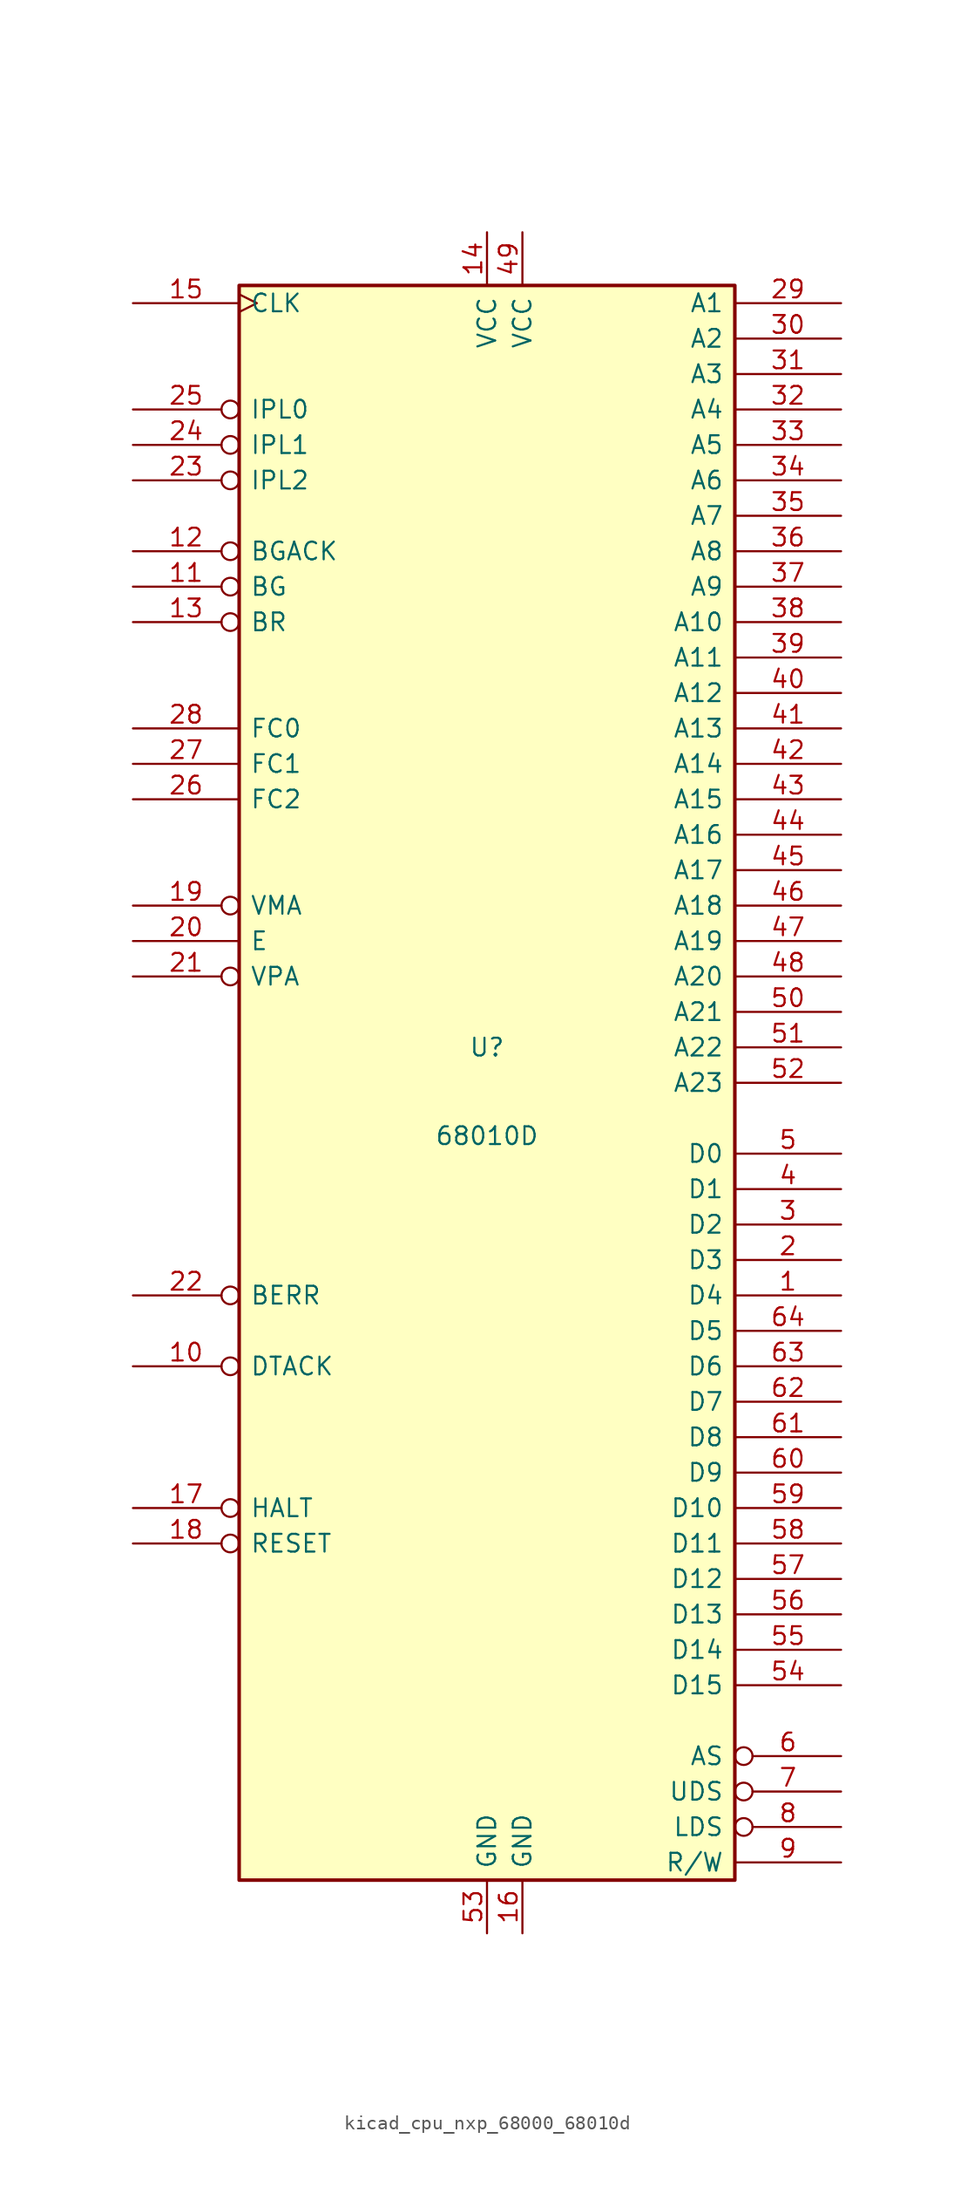
<source format=kicad_sym>
(kicad_symbol_lib
  (version 20220914)
  (generator kicad_symbol_editor)
  (symbol "kicad_cpu_nxp_68000_68010d"
    (pin_names
      (offset 0.762))
    (property "Reference" "U"
      (at 0 2.54 0)
      (effects (font (size 1.27 1.27))))
    (property "Value" "68010D"
      (at 0 -3.81 0)
      (effects (font (size 1.27 1.27))))
    (symbol "kicad_cpu_nxp_68000_68010d_0_1"
      (rectangle (start -17.78 57.15) (end 17.78 -57.15) (stroke (width 0.254) (type default)) (fill (type background))))
    (symbol "kicad_cpu_nxp_68000_68010d_1_1"
      (pin bidirectional line (at 25.4 -15.24 180) (length 7.62) (name "D4" (effects (font (size 1.27 1.27)))) (number "1" (effects (font (size 1.27 1.27)))))
      (pin input inverted (at -25.4 -20.32 0) (length 7.62) (name "DTACK" (effects (font (size 1.27 1.27)))) (number "10" (effects (font (size 1.27 1.27)))))
      (pin output inverted (at -25.4 35.56 0) (length 7.62) (name "BG" (effects (font (size 1.27 1.27)))) (number "11" (effects (font (size 1.27 1.27)))))
      (pin input inverted (at -25.4 38.1 0) (length 7.62) (name "BGACK" (effects (font (size 1.27 1.27)))) (number "12" (effects (font (size 1.27 1.27)))))
      (pin input inverted (at -25.4 33.02 0) (length 7.62) (name "BR" (effects (font (size 1.27 1.27)))) (number "13" (effects (font (size 1.27 1.27)))))
      (pin power_in line (at 0 60.96 270) (length 3.81) (name "VCC" (effects (font (size 1.27 1.27)))) (number "14" (effects (font (size 1.27 1.27)))))
      (pin input clock (at -25.4 55.88 0) (length 7.62) (name "CLK" (effects (font (size 1.27 1.27)))) (number "15" (effects (font (size 1.27 1.27)))))
      (pin power_in line (at 2.54 -60.96 90) (length 3.81) (name "GND" (effects (font (size 1.27 1.27)))) (number "16" (effects (font (size 1.27 1.27)))))
      (pin bidirectional inverted (at -25.4 -30.48 0) (length 7.62) (name "HALT" (effects (font (size 1.27 1.27)))) (number "17" (effects (font (size 1.27 1.27)))))
      (pin bidirectional inverted (at -25.4 -33.02 0) (length 7.62) (name "RESET" (effects (font (size 1.27 1.27)))) (number "18" (effects (font (size 1.27 1.27)))))
      (pin output inverted (at -25.4 12.7 0) (length 7.62) (name "VMA" (effects (font (size 1.27 1.27)))) (number "19" (effects (font (size 1.27 1.27)))))
      (pin bidirectional line (at 25.4 -12.7 180) (length 7.62) (name "D3" (effects (font (size 1.27 1.27)))) (number "2" (effects (font (size 1.27 1.27)))))
      (pin output line (at -25.4 10.16 0) (length 7.62) (name "E" (effects (font (size 1.27 1.27)))) (number "20" (effects (font (size 1.27 1.27)))))
      (pin input inverted (at -25.4 7.62 0) (length 7.62) (name "VPA" (effects (font (size 1.27 1.27)))) (number "21" (effects (font (size 1.27 1.27)))))
      (pin input inverted (at -25.4 -15.24 0) (length 7.62) (name "BERR" (effects (font (size 1.27 1.27)))) (number "22" (effects (font (size 1.27 1.27)))))
      (pin input inverted (at -25.4 43.18 0) (length 7.62) (name "IPL2" (effects (font (size 1.27 1.27)))) (number "23" (effects (font (size 1.27 1.27)))))
      (pin input inverted (at -25.4 45.72 0) (length 7.62) (name "IPL1" (effects (font (size 1.27 1.27)))) (number "24" (effects (font (size 1.27 1.27)))))
      (pin input inverted (at -25.4 48.26 0) (length 7.62) (name "IPL0" (effects (font (size 1.27 1.27)))) (number "25" (effects (font (size 1.27 1.27)))))
      (pin output line (at -25.4 20.32 0) (length 7.62) (name "FC2" (effects (font (size 1.27 1.27)))) (number "26" (effects (font (size 1.27 1.27)))))
      (pin output line (at -25.4 22.86 0) (length 7.62) (name "FC1" (effects (font (size 1.27 1.27)))) (number "27" (effects (font (size 1.27 1.27)))))
      (pin output line (at -25.4 25.4 0) (length 7.62) (name "FC0" (effects (font (size 1.27 1.27)))) (number "28" (effects (font (size 1.27 1.27)))))
      (pin output line (at 25.4 55.88 180) (length 7.62) (name "A1" (effects (font (size 1.27 1.27)))) (number "29" (effects (font (size 1.27 1.27)))))
      (pin bidirectional line (at 25.4 -10.16 180) (length 7.62) (name "D2" (effects (font (size 1.27 1.27)))) (number "3" (effects (font (size 1.27 1.27)))))
      (pin output line (at 25.4 53.34 180) (length 7.62) (name "A2" (effects (font (size 1.27 1.27)))) (number "30" (effects (font (size 1.27 1.27)))))
      (pin output line (at 25.4 50.8 180) (length 7.62) (name "A3" (effects (font (size 1.27 1.27)))) (number "31" (effects (font (size 1.27 1.27)))))
      (pin output line (at 25.4 48.26 180) (length 7.62) (name "A4" (effects (font (size 1.27 1.27)))) (number "32" (effects (font (size 1.27 1.27)))))
      (pin output line (at 25.4 45.72 180) (length 7.62) (name "A5" (effects (font (size 1.27 1.27)))) (number "33" (effects (font (size 1.27 1.27)))))
      (pin output line (at 25.4 43.18 180) (length 7.62) (name "A6" (effects (font (size 1.27 1.27)))) (number "34" (effects (font (size 1.27 1.27)))))
      (pin output line (at 25.4 40.64 180) (length 7.62) (name "A7" (effects (font (size 1.27 1.27)))) (number "35" (effects (font (size 1.27 1.27)))))
      (pin output line (at 25.4 38.1 180) (length 7.62) (name "A8" (effects (font (size 1.27 1.27)))) (number "36" (effects (font (size 1.27 1.27)))))
      (pin output line (at 25.4 35.56 180) (length 7.62) (name "A9" (effects (font (size 1.27 1.27)))) (number "37" (effects (font (size 1.27 1.27)))))
      (pin output line (at 25.4 33.02 180) (length 7.62) (name "A10" (effects (font (size 1.27 1.27)))) (number "38" (effects (font (size 1.27 1.27)))))
      (pin output line (at 25.4 30.48 180) (length 7.62) (name "A11" (effects (font (size 1.27 1.27)))) (number "39" (effects (font (size 1.27 1.27)))))
      (pin bidirectional line (at 25.4 -7.62 180) (length 7.62) (name "D1" (effects (font (size 1.27 1.27)))) (number "4" (effects (font (size 1.27 1.27)))))
      (pin output line (at 25.4 27.94 180) (length 7.62) (name "A12" (effects (font (size 1.27 1.27)))) (number "40" (effects (font (size 1.27 1.27)))))
      (pin output line (at 25.4 25.4 180) (length 7.62) (name "A13" (effects (font (size 1.27 1.27)))) (number "41" (effects (font (size 1.27 1.27)))))
      (pin output line (at 25.4 22.86 180) (length 7.62) (name "A14" (effects (font (size 1.27 1.27)))) (number "42" (effects (font (size 1.27 1.27)))))
      (pin output line (at 25.4 20.32 180) (length 7.62) (name "A15" (effects (font (size 1.27 1.27)))) (number "43" (effects (font (size 1.27 1.27)))))
      (pin output line (at 25.4 17.78 180) (length 7.62) (name "A16" (effects (font (size 1.27 1.27)))) (number "44" (effects (font (size 1.27 1.27)))))
      (pin output line (at 25.4 15.24 180) (length 7.62) (name "A17" (effects (font (size 1.27 1.27)))) (number "45" (effects (font (size 1.27 1.27)))))
      (pin output line (at 25.4 12.7 180) (length 7.62) (name "A18" (effects (font (size 1.27 1.27)))) (number "46" (effects (font (size 1.27 1.27)))))
      (pin output line (at 25.4 10.16 180) (length 7.62) (name "A19" (effects (font (size 1.27 1.27)))) (number "47" (effects (font (size 1.27 1.27)))))
      (pin output line (at 25.4 7.62 180) (length 7.62) (name "A20" (effects (font (size 1.27 1.27)))) (number "48" (effects (font (size 1.27 1.27)))))
      (pin power_in line (at 2.54 60.96 270) (length 3.81) (name "VCC" (effects (font (size 1.27 1.27)))) (number "49" (effects (font (size 1.27 1.27)))))
      (pin bidirectional line (at 25.4 -5.08 180) (length 7.62) (name "D0" (effects (font (size 1.27 1.27)))) (number "5" (effects (font (size 1.27 1.27)))))
      (pin output line (at 25.4 5.08 180) (length 7.62) (name "A21" (effects (font (size 1.27 1.27)))) (number "50" (effects (font (size 1.27 1.27)))))
      (pin output line (at 25.4 2.54 180) (length 7.62) (name "A22" (effects (font (size 1.27 1.27)))) (number "51" (effects (font (size 1.27 1.27)))))
      (pin output line (at 25.4 0 180) (length 7.62) (name "A23" (effects (font (size 1.27 1.27)))) (number "52" (effects (font (size 1.27 1.27)))))
      (pin power_in line (at 0 -60.96 90) (length 3.81) (name "GND" (effects (font (size 1.27 1.27)))) (number "53" (effects (font (size 1.27 1.27)))))
      (pin bidirectional line (at 25.4 -43.18 180) (length 7.62) (name "D15" (effects (font (size 1.27 1.27)))) (number "54" (effects (font (size 1.27 1.27)))))
      (pin bidirectional line (at 25.4 -40.64 180) (length 7.62) (name "D14" (effects (font (size 1.27 1.27)))) (number "55" (effects (font (size 1.27 1.27)))))
      (pin bidirectional line (at 25.4 -38.1 180) (length 7.62) (name "D13" (effects (font (size 1.27 1.27)))) (number "56" (effects (font (size 1.27 1.27)))))
      (pin bidirectional line (at 25.4 -35.56 180) (length 7.62) (name "D12" (effects (font (size 1.27 1.27)))) (number "57" (effects (font (size 1.27 1.27)))))
      (pin bidirectional line (at 25.4 -33.02 180) (length 7.62) (name "D11" (effects (font (size 1.27 1.27)))) (number "58" (effects (font (size 1.27 1.27)))))
      (pin bidirectional line (at 25.4 -30.48 180) (length 7.62) (name "D10" (effects (font (size 1.27 1.27)))) (number "59" (effects (font (size 1.27 1.27)))))
      (pin output inverted (at 25.4 -48.26 180) (length 7.62) (name "AS" (effects (font (size 1.27 1.27)))) (number "6" (effects (font (size 1.27 1.27)))))
      (pin bidirectional line (at 25.4 -27.94 180) (length 7.62) (name "D9" (effects (font (size 1.27 1.27)))) (number "60" (effects (font (size 1.27 1.27)))))
      (pin bidirectional line (at 25.4 -25.4 180) (length 7.62) (name "D8" (effects (font (size 1.27 1.27)))) (number "61" (effects (font (size 1.27 1.27)))))
      (pin bidirectional line (at 25.4 -22.86 180) (length 7.62) (name "D7" (effects (font (size 1.27 1.27)))) (number "62" (effects (font (size 1.27 1.27)))))
      (pin bidirectional line (at 25.4 -20.32 180) (length 7.62) (name "D6" (effects (font (size 1.27 1.27)))) (number "63" (effects (font (size 1.27 1.27)))))
      (pin bidirectional line (at 25.4 -17.78 180) (length 7.62) (name "D5" (effects (font (size 1.27 1.27)))) (number "64" (effects (font (size 1.27 1.27)))))
      (pin output inverted (at 25.4 -50.8 180) (length 7.62) (name "UDS" (effects (font (size 1.27 1.27)))) (number "7" (effects (font (size 1.27 1.27)))))
      (pin output inverted (at 25.4 -53.34 180) (length 7.62) (name "LDS" (effects (font (size 1.27 1.27)))) (number "8" (effects (font (size 1.27 1.27)))))
      (pin output line (at 25.4 -55.88 180) (length 7.62) (name "R/W" (effects (font (size 1.27 1.27)))) (number "9" (effects (font (size 1.27 1.27))))))))
</source>
